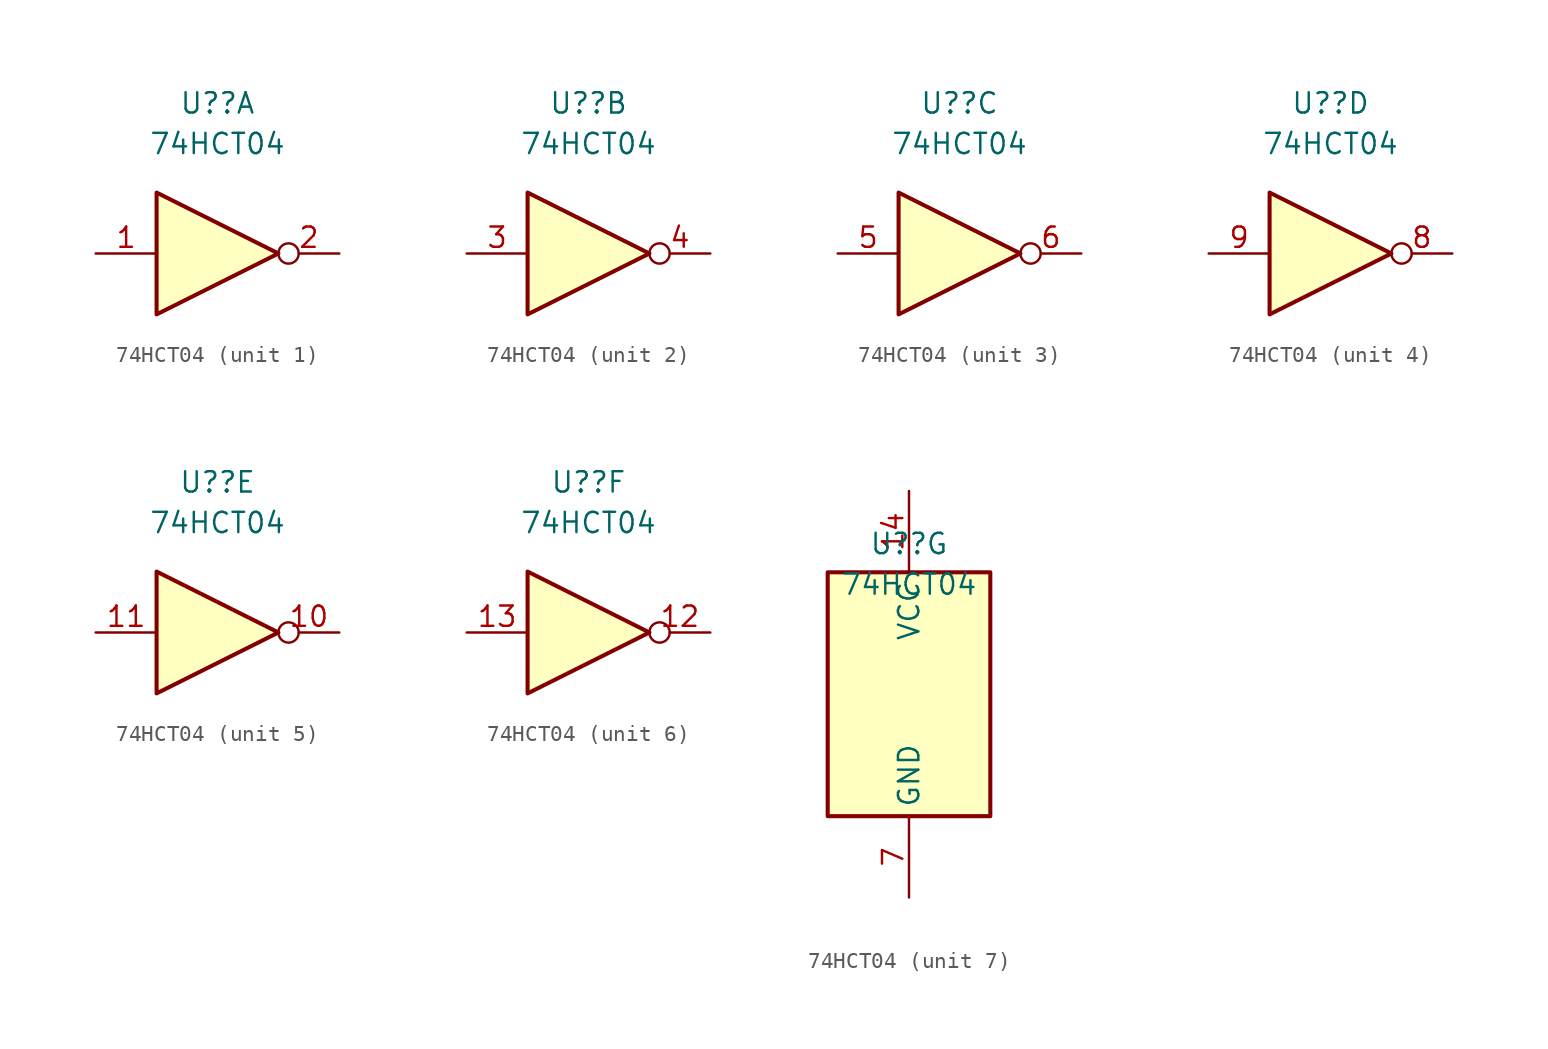
<source format=kicad_sym>
(kicad_symbol_lib
  (version 20211014)
  (generator kicad_symbol_editor)
  (symbol "74HCT04"
    (property "Reference" "U?"
      (at 0 9.398 0)
      (effects (font (size 1.27 1.27))))
    (property "Value" "74HCT04"
      (at 0 6.858 0)
      (effects (font (size 1.27 1.27))))
    (property "ki_locked" ""
      (at 0 0 0)
      (effects (font (size 1.27 1.27))))
    (symbol "74HCT04_1_0"
      (polyline (pts (xy -3.81 3.81) (xy -3.81 -3.81) (xy 3.81 0) (xy -3.81 3.81)) (stroke (width 0.254) (type default) (color 0 0 0 0)) (fill (type background)))
      (pin input line (at -7.62 0 0) (length 3.81) (name "~" (effects (font (size 1.27 1.27)))) (number "1" (effects (font (size 1.27 1.27)))))
      (pin passive inverted (at 7.62 0 180) (length 3.81) (name "~" (effects (font (size 1.27 1.27)))) (number "2" (effects (font (size 1.27 1.27))))))
    (symbol "74HCT04_2_0"
      (polyline (pts (xy -3.81 3.81) (xy -3.81 -3.81) (xy 3.81 0) (xy -3.81 3.81)) (stroke (width 0.254) (type default) (color 0 0 0 0)) (fill (type background)))
      (pin input line (at -7.62 0 0) (length 3.81) (name "~" (effects (font (size 1.27 1.27)))) (number "3" (effects (font (size 1.27 1.27)))))
      (pin passive inverted (at 7.62 0 180) (length 3.81) (name "~" (effects (font (size 1.27 1.27)))) (number "4" (effects (font (size 1.27 1.27))))))
    (symbol "74HCT04_3_0"
      (polyline (pts (xy -3.81 3.81) (xy -3.81 -3.81) (xy 3.81 0) (xy -3.81 3.81)) (stroke (width 0.254) (type default) (color 0 0 0 0)) (fill (type background)))
      (pin input line (at -7.62 0 0) (length 3.81) (name "~" (effects (font (size 1.27 1.27)))) (number "5" (effects (font (size 1.27 1.27)))))
      (pin passive inverted (at 7.62 0 180) (length 3.81) (name "~" (effects (font (size 1.27 1.27)))) (number "6" (effects (font (size 1.27 1.27))))))
    (symbol "74HCT04_4_0"
      (polyline (pts (xy -3.81 3.81) (xy -3.81 -3.81) (xy 3.81 0) (xy -3.81 3.81)) (stroke (width 0.254) (type default) (color 0 0 0 0)) (fill (type background)))
      (pin passive inverted (at 7.62 0 180) (length 3.81) (name "~" (effects (font (size 1.27 1.27)))) (number "8" (effects (font (size 1.27 1.27)))))
      (pin input line (at -7.62 0 0) (length 3.81) (name "~" (effects (font (size 1.27 1.27)))) (number "9" (effects (font (size 1.27 1.27))))))
    (symbol "74HCT04_5_0"
      (polyline (pts (xy -3.81 3.81) (xy -3.81 -3.81) (xy 3.81 0) (xy -3.81 3.81)) (stroke (width 0.254) (type default) (color 0 0 0 0)) (fill (type background)))
      (pin passive inverted (at 7.62 0 180) (length 3.81) (name "~" (effects (font (size 1.27 1.27)))) (number "10" (effects (font (size 1.27 1.27)))))
      (pin input line (at -7.62 0 0) (length 3.81) (name "~" (effects (font (size 1.27 1.27)))) (number "11" (effects (font (size 1.27 1.27))))))
    (symbol "74HCT04_6_0"
      (polyline (pts (xy -3.81 3.81) (xy -3.81 -3.81) (xy 3.81 0) (xy -3.81 3.81)) (stroke (width 0.254) (type default) (color 0 0 0 0)) (fill (type background)))
      (pin passive inverted (at 7.62 0 180) (length 3.81) (name "~" (effects (font (size 1.27 1.27)))) (number "12" (effects (font (size 1.27 1.27)))))
      (pin input line (at -7.62 0 0) (length 3.81) (name "~" (effects (font (size 1.27 1.27)))) (number "13" (effects (font (size 1.27 1.27))))))
    (symbol "74HCT04_7_0"
      (pin power_in line (at 0 12.7 270) (length 5.08) (name "VCC" (effects (font (size 1.27 1.27)))) (number "14" (effects (font (size 1.27 1.27)))))
      (pin power_in line (at 0 -12.7 90) (length 5.08) (name "GND" (effects (font (size 1.27 1.27)))) (number "7" (effects (font (size 1.27 1.27))))))
    (symbol "74HCT04_7_1"
      (rectangle (start -5.08 7.62) (end 5.08 -7.62) (stroke (width 0.254) (type default) (color 0 0 0 0)) (fill (type background))))))
</source>
